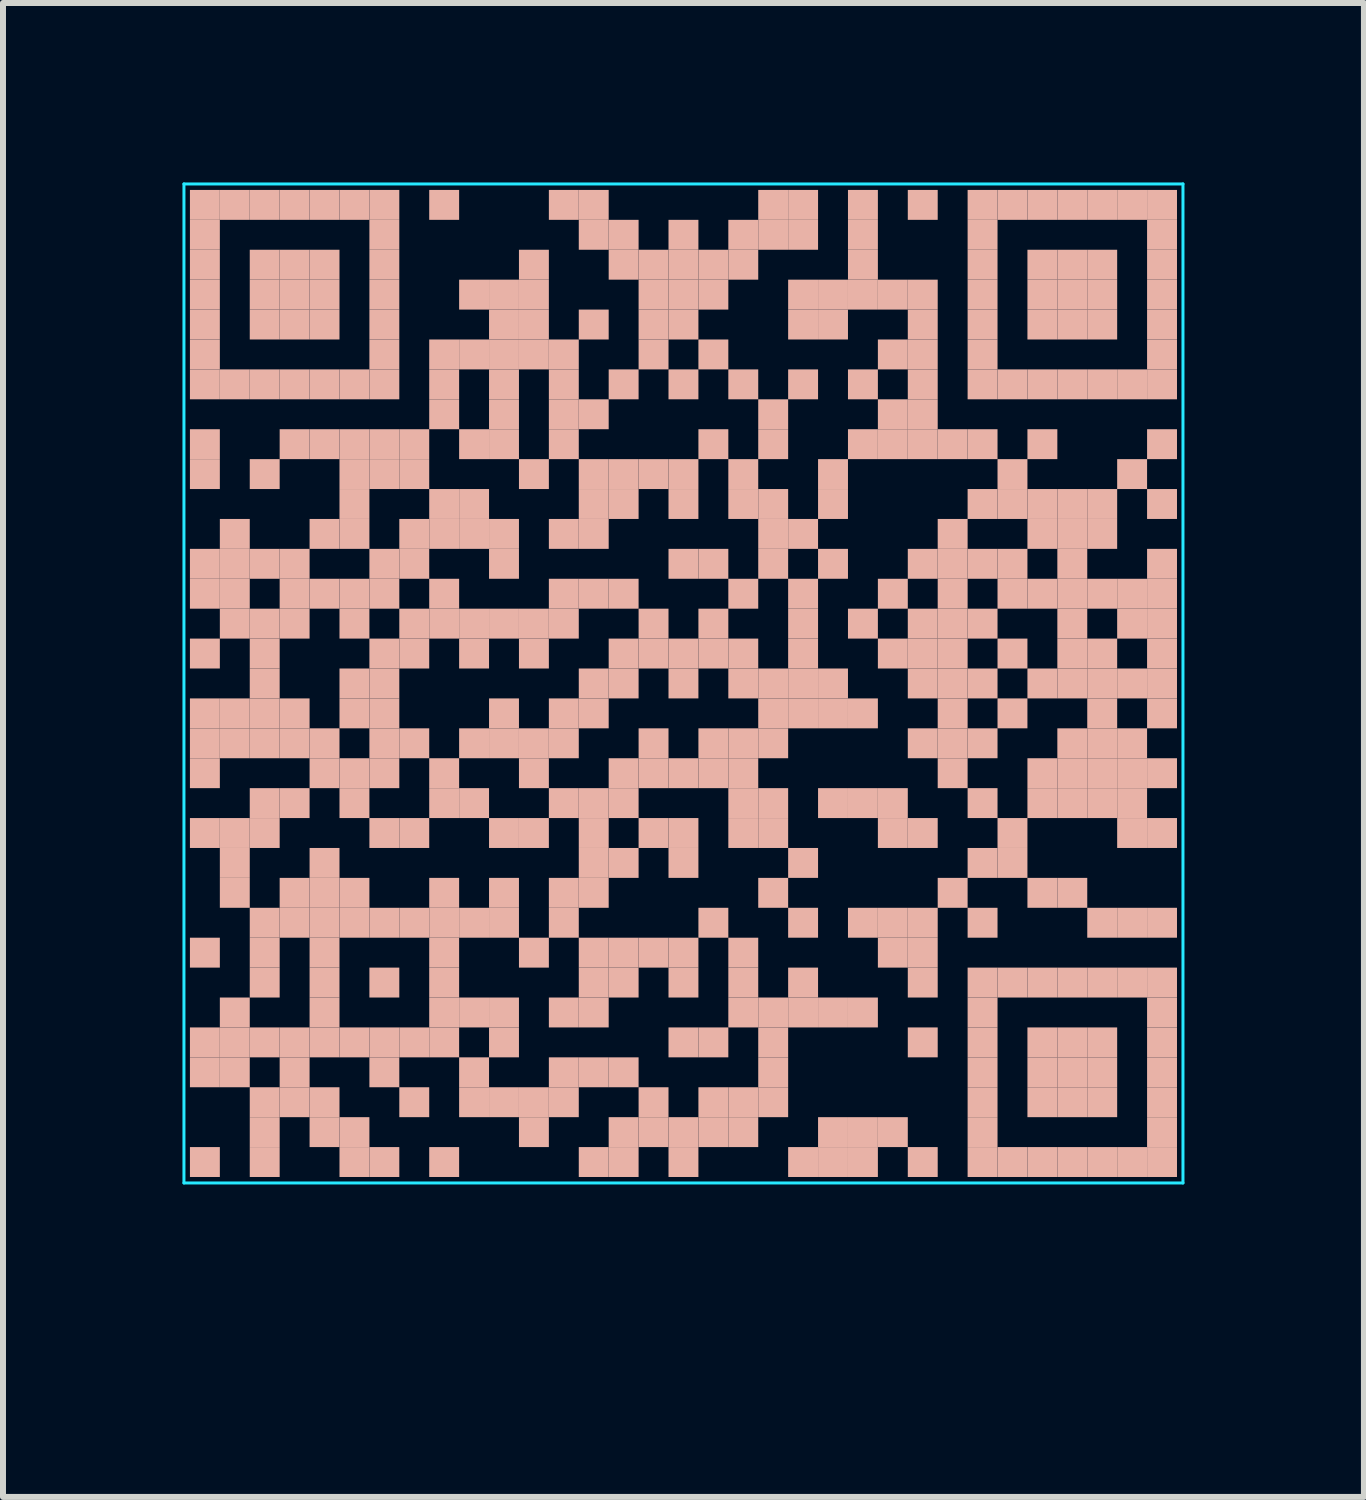
<source format=kicad_pcb>
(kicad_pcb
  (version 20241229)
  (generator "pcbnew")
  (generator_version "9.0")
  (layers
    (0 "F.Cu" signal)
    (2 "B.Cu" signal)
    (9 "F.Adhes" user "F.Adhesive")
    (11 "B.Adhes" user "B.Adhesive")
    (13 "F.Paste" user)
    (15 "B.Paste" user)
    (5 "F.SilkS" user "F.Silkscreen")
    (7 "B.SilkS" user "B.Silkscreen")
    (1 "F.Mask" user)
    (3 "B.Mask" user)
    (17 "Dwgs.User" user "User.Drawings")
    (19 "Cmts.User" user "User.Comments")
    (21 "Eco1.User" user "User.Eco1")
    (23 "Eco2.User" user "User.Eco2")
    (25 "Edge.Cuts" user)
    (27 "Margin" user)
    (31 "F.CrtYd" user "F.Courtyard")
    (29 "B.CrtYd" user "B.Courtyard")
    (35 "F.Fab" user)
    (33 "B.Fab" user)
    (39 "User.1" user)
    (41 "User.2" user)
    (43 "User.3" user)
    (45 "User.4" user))
  (footprint "NAVSTARGPS.US"
    (layer "F.Cu")
    (at 8.375 8.375)
    (property "Reference" "NAVSTARGPS.US" (at 0 9.75 0) (layer "Eco2.User") (effects (font (size 1 1) (thickness 0.15))))
    (fp_rect (start -7.75 -8.25) (end -8.25 -7.75) (stroke (width 0) (type default)) (fill yes) (layer "B.SilkS"))
    (fp_rect (start -7.75 -7.75) (end -8.25 -7.25) (stroke (width 0) (type default)) (fill yes) (layer "B.SilkS"))
    (fp_rect (start -7.75 -7.25) (end -8.25 -6.75) (stroke (width 0) (type default)) (fill yes) (layer "B.SilkS"))
    (fp_rect (start -7.75 -6.75) (end -8.25 -6.25) (stroke (width 0) (type default)) (fill yes) (layer "B.SilkS"))
    (fp_rect (start -7.75 -6.25) (end -8.25 -5.75) (stroke (width 0) (type default)) (fill yes) (layer "B.SilkS"))
    (fp_rect (start -7.75 -5.75) (end -8.25 -5.25) (stroke (width 0) (type default)) (fill yes) (layer "B.SilkS"))
    (fp_rect (start -7.75 -5.25) (end -8.25 -4.75) (stroke (width 0) (type default)) (fill yes) (layer "B.SilkS"))
    (fp_rect (start -7.75 -4.25) (end -8.25 -3.75) (stroke (width 0) (type default)) (fill yes) (layer "B.SilkS"))
    (fp_rect (start -7.75 -3.75) (end -8.25 -3.25) (stroke (width 0) (type default)) (fill yes) (layer "B.SilkS"))
    (fp_rect (start -7.75 -2.25) (end -8.25 -1.75) (stroke (width 0) (type default)) (fill yes) (layer "B.SilkS"))
    (fp_rect (start -7.75 -1.75) (end -8.25 -1.25) (stroke (width 0) (type default)) (fill yes) (layer "B.SilkS"))
    (fp_rect (start -7.75 -0.75) (end -8.25 -0.25) (stroke (width 0) (type default)) (fill yes) (layer "B.SilkS"))
    (fp_rect (start -7.75 0.25) (end -8.25 0.75) (stroke (width 0) (type default)) (fill yes) (layer "B.SilkS"))
    (fp_rect (start -7.75 0.75) (end -8.25 1.25) (stroke (width 0) (type default)) (fill yes) (layer "B.SilkS"))
    (fp_rect (start -7.75 1.25) (end -8.25 1.75) (stroke (width 0) (type default)) (fill yes) (layer "B.SilkS"))
    (fp_rect (start -7.75 2.25) (end -8.25 2.75) (stroke (width 0) (type default)) (fill yes) (layer "B.SilkS"))
    (fp_rect (start -7.75 4.25) (end -8.25 4.75) (stroke (width 0) (type default)) (fill yes) (layer "B.SilkS"))
    (fp_rect (start -7.75 5.75) (end -8.25 6.25) (stroke (width 0) (type default)) (fill yes) (layer "B.SilkS"))
    (fp_rect (start -7.75 6.25) (end -8.25 6.75) (stroke (width 0) (type default)) (fill yes) (layer "B.SilkS"))
    (fp_rect (start -7.75 7.75) (end -8.25 8.25) (stroke (width 0) (type default)) (fill yes) (layer "B.SilkS"))
    (fp_rect (start -7.25 -8.25) (end -7.75 -7.75) (stroke (width 0) (type default)) (fill yes) (layer "B.SilkS"))
    (fp_rect (start -7.25 -5.25) (end -7.75 -4.75) (stroke (width 0) (type default)) (fill yes) (layer "B.SilkS"))
    (fp_rect (start -7.25 -2.75) (end -7.75 -2.25) (stroke (width 0) (type default)) (fill yes) (layer "B.SilkS"))
    (fp_rect (start -7.25 -2.25) (end -7.75 -1.75) (stroke (width 0) (type default)) (fill yes) (layer "B.SilkS"))
    (fp_rect (start -7.25 -1.75) (end -7.75 -1.25) (stroke (width 0) (type default)) (fill yes) (layer "B.SilkS"))
    (fp_rect (start -7.25 -1.25) (end -7.75 -0.75) (stroke (width 0) (type default)) (fill yes) (layer "B.SilkS"))
    (fp_rect (start -7.25 0.25) (end -7.75 0.75) (stroke (width 0) (type default)) (fill yes) (layer "B.SilkS"))
    (fp_rect (start -7.25 0.75) (end -7.75 1.25) (stroke (width 0) (type default)) (fill yes) (layer "B.SilkS"))
    (fp_rect (start -7.25 2.25) (end -7.75 2.75) (stroke (width 0) (type default)) (fill yes) (layer "B.SilkS"))
    (fp_rect (start -7.25 2.75) (end -7.75 3.25) (stroke (width 0) (type default)) (fill yes) (layer "B.SilkS"))
    (fp_rect (start -7.25 3.25) (end -7.75 3.75) (stroke (width 0) (type default)) (fill yes) (layer "B.SilkS"))
    (fp_rect (start -7.25 5.25) (end -7.75 5.75) (stroke (width 0) (type default)) (fill yes) (layer "B.SilkS"))
    (fp_rect (start -7.25 5.75) (end -7.75 6.25) (stroke (width 0) (type default)) (fill yes) (layer "B.SilkS"))
    (fp_rect (start -7.25 6.25) (end -7.75 6.75) (stroke (width 0) (type default)) (fill yes) (layer "B.SilkS"))
    (fp_rect (start -6.75 -8.25) (end -7.25 -7.75) (stroke (width 0) (type default)) (fill yes) (layer "B.SilkS"))
    (fp_rect (start -6.75 -7.25) (end -7.25 -6.75) (stroke (width 0) (type default)) (fill yes) (layer "B.SilkS"))
    (fp_rect (start -6.75 -6.75) (end -7.25 -6.25) (stroke (width 0) (type default)) (fill yes) (layer "B.SilkS"))
    (fp_rect (start -6.75 -6.25) (end -7.25 -5.75) (stroke (width 0) (type default)) (fill yes) (layer "B.SilkS"))
    (fp_rect (start -6.75 -5.25) (end -7.25 -4.75) (stroke (width 0) (type default)) (fill yes) (layer "B.SilkS"))
    (fp_rect (start -6.75 -3.75) (end -7.25 -3.25) (stroke (width 0) (type default)) (fill yes) (layer "B.SilkS"))
    (fp_rect (start -6.75 -2.25) (end -7.25 -1.75) (stroke (width 0) (type default)) (fill yes) (layer "B.SilkS"))
    (fp_rect (start -6.75 -1.25) (end -7.25 -0.75) (stroke (width 0) (type default)) (fill yes) (layer "B.SilkS"))
    (fp_rect (start -6.75 -0.75) (end -7.25 -0.25) (stroke (width 0) (type default)) (fill yes) (layer "B.SilkS"))
    (fp_rect (start -6.75 -0.25) (end -7.25 0.25) (stroke (width 0) (type default)) (fill yes) (layer "B.SilkS"))
    (fp_rect (start -6.75 0.25) (end -7.25 0.75) (stroke (width 0) (type default)) (fill yes) (layer "B.SilkS"))
    (fp_rect (start -6.75 0.75) (end -7.25 1.25) (stroke (width 0) (type default)) (fill yes) (layer "B.SilkS"))
    (fp_rect (start -6.75 1.75) (end -7.25 2.25) (stroke (width 0) (type default)) (fill yes) (layer "B.SilkS"))
    (fp_rect (start -6.75 2.25) (end -7.25 2.75) (stroke (width 0) (type default)) (fill yes) (layer "B.SilkS"))
    (fp_rect (start -6.75 3.75) (end -7.25 4.25) (stroke (width 0) (type default)) (fill yes) (layer "B.SilkS"))
    (fp_rect (start -6.75 4.25) (end -7.25 4.75) (stroke (width 0) (type default)) (fill yes) (layer "B.SilkS"))
    (fp_rect (start -6.75 4.75) (end -7.25 5.25) (stroke (width 0) (type default)) (fill yes) (layer "B.SilkS"))
    (fp_rect (start -6.75 5.75) (end -7.25 6.25) (stroke (width 0) (type default)) (fill yes) (layer "B.SilkS"))
    (fp_rect (start -6.75 6.75) (end -7.25 7.25) (stroke (width 0) (type default)) (fill yes) (layer "B.SilkS"))
    (fp_rect (start -6.75 7.25) (end -7.25 7.75) (stroke (width 0) (type default)) (fill yes) (layer "B.SilkS"))
    (fp_rect (start -6.75 7.75) (end -7.25 8.25) (stroke (width 0) (type default)) (fill yes) (layer "B.SilkS"))
    (fp_rect (start -6.25 -8.25) (end -6.75 -7.75) (stroke (width 0) (type default)) (fill yes) (layer "B.SilkS"))
    (fp_rect (start -6.25 -7.25) (end -6.75 -6.75) (stroke (width 0) (type default)) (fill yes) (layer "B.SilkS"))
    (fp_rect (start -6.25 -6.75) (end -6.75 -6.25) (stroke (width 0) (type default)) (fill yes) (layer "B.SilkS"))
    (fp_rect (start -6.25 -6.25) (end -6.75 -5.75) (stroke (width 0) (type default)) (fill yes) (layer "B.SilkS"))
    (fp_rect (start -6.25 -5.25) (end -6.75 -4.75) (stroke (width 0) (type default)) (fill yes) (layer "B.SilkS"))
    (fp_rect (start -6.25 -4.25) (end -6.75 -3.75) (stroke (width 0) (type default)) (fill yes) (layer "B.SilkS"))
    (fp_rect (start -6.25 -2.25) (end -6.75 -1.75) (stroke (width 0) (type default)) (fill yes) (layer "B.SilkS"))
    (fp_rect (start -6.25 -1.75) (end -6.75 -1.25) (stroke (width 0) (type default)) (fill yes) (layer "B.SilkS"))
    (fp_rect (start -6.25 -1.25) (end -6.75 -0.75) (stroke (width 0) (type default)) (fill yes) (layer "B.SilkS"))
    (fp_rect (start -6.25 0.25) (end -6.75 0.75) (stroke (width 0) (type default)) (fill yes) (layer "B.SilkS"))
    (fp_rect (start -6.25 0.75) (end -6.75 1.25) (stroke (width 0) (type default)) (fill yes) (layer "B.SilkS"))
    (fp_rect (start -6.25 1.75) (end -6.75 2.25) (stroke (width 0) (type default)) (fill yes) (layer "B.SilkS"))
    (fp_rect (start -6.25 3.25) (end -6.75 3.75) (stroke (width 0) (type default)) (fill yes) (layer "B.SilkS"))
    (fp_rect (start -6.25 3.75) (end -6.75 4.25) (stroke (width 0) (type default)) (fill yes) (layer "B.SilkS"))
    (fp_rect (start -6.25 5.75) (end -6.75 6.25) (stroke (width 0) (type default)) (fill yes) (layer "B.SilkS"))
    (fp_rect (start -6.25 6.25) (end -6.75 6.75) (stroke (width 0) (type default)) (fill yes) (layer "B.SilkS"))
    (fp_rect (start -6.25 6.75) (end -6.75 7.25) (stroke (width 0) (type default)) (fill yes) (layer "B.SilkS"))
    (fp_rect (start -5.75 -8.25) (end -6.25 -7.75) (stroke (width 0) (type default)) (fill yes) (layer "B.SilkS"))
    (fp_rect (start -5.75 -7.25) (end -6.25 -6.75) (stroke (width 0) (type default)) (fill yes) (layer "B.SilkS"))
    (fp_rect (start -5.75 -6.75) (end -6.25 -6.25) (stroke (width 0) (type default)) (fill yes) (layer "B.SilkS"))
    (fp_rect (start -5.75 -6.25) (end -6.25 -5.75) (stroke (width 0) (type default)) (fill yes) (layer "B.SilkS"))
    (fp_rect (start -5.75 -5.25) (end -6.25 -4.75) (stroke (width 0) (type default)) (fill yes) (layer "B.SilkS"))
    (fp_rect (start -5.75 -4.25) (end -6.25 -3.75) (stroke (width 0) (type default)) (fill yes) (layer "B.SilkS"))
    (fp_rect (start -5.75 -2.75) (end -6.25 -2.25) (stroke (width 0) (type default)) (fill yes) (layer "B.SilkS"))
    (fp_rect (start -5.75 -1.75) (end -6.25 -1.25) (stroke (width 0) (type default)) (fill yes) (layer "B.SilkS"))
    (fp_rect (start -5.75 0.75) (end -6.25 1.25) (stroke (width 0) (type default)) (fill yes) (layer "B.SilkS"))
    (fp_rect (start -5.75 1.25) (end -6.25 1.75) (stroke (width 0) (type default)) (fill yes) (layer "B.SilkS"))
    (fp_rect (start -5.75 2.75) (end -6.25 3.25) (stroke (width 0) (type default)) (fill yes) (layer "B.SilkS"))
    (fp_rect (start -5.75 3.25) (end -6.25 3.75) (stroke (width 0) (type default)) (fill yes) (layer "B.SilkS"))
    (fp_rect (start -5.75 3.75) (end -6.25 4.25) (stroke (width 0) (type default)) (fill yes) (layer "B.SilkS"))
    (fp_rect (start -5.75 4.25) (end -6.25 4.75) (stroke (width 0) (type default)) (fill yes) (layer "B.SilkS"))
    (fp_rect (start -5.75 4.75) (end -6.25 5.25) (stroke (width 0) (type default)) (fill yes) (layer "B.SilkS"))
    (fp_rect (start -5.75 5.25) (end -6.25 5.75) (stroke (width 0) (type default)) (fill yes) (layer "B.SilkS"))
    (fp_rect (start -5.75 5.75) (end -6.25 6.25) (stroke (width 0) (type default)) (fill yes) (layer "B.SilkS"))
    (fp_rect (start -5.75 6.75) (end -6.25 7.25) (stroke (width 0) (type default)) (fill yes) (layer "B.SilkS"))
    (fp_rect (start -5.75 7.25) (end -6.25 7.75) (stroke (width 0) (type default)) (fill yes) (layer "B.SilkS"))
    (fp_rect (start -5.25 -8.25) (end -5.75 -7.75) (stroke (width 0) (type default)) (fill yes) (layer "B.SilkS"))
    (fp_rect (start -5.25 -5.25) (end -5.75 -4.75) (stroke (width 0) (type default)) (fill yes) (layer "B.SilkS"))
    (fp_rect (start -5.25 -4.25) (end -5.75 -3.75) (stroke (width 0) (type default)) (fill yes) (layer "B.SilkS"))
    (fp_rect (start -5.25 -3.75) (end -5.75 -3.25) (stroke (width 0) (type default)) (fill yes) (layer "B.SilkS"))
    (fp_rect (start -5.25 -3.25) (end -5.75 -2.75) (stroke (width 0) (type default)) (fill yes) (layer "B.SilkS"))
    (fp_rect (start -5.25 -2.75) (end -5.75 -2.25) (stroke (width 0) (type default)) (fill yes) (layer "B.SilkS"))
    (fp_rect (start -5.25 -1.75) (end -5.75 -1.25) (stroke (width 0) (type default)) (fill yes) (layer "B.SilkS"))
    (fp_rect (start -5.25 -1.25) (end -5.75 -0.75) (stroke (width 0) (type default)) (fill yes) (layer "B.SilkS"))
    (fp_rect (start -5.25 -0.25) (end -5.75 0.25) (stroke (width 0) (type default)) (fill yes) (layer "B.SilkS"))
    (fp_rect (start -5.25 0.25) (end -5.75 0.75) (stroke (width 0) (type default)) (fill yes) (layer "B.SilkS"))
    (fp_rect (start -5.25 1.25) (end -5.75 1.75) (stroke (width 0) (type default)) (fill yes) (layer "B.SilkS"))
    (fp_rect (start -5.25 1.75) (end -5.75 2.25) (stroke (width 0) (type default)) (fill yes) (layer "B.SilkS"))
    (fp_rect (start -5.25 3.25) (end -5.75 3.75) (stroke (width 0) (type default)) (fill yes) (layer "B.SilkS"))
    (fp_rect (start -5.25 3.75) (end -5.75 4.25) (stroke (width 0) (type default)) (fill yes) (layer "B.SilkS"))
    (fp_rect (start -5.25 5.75) (end -5.75 6.25) (stroke (width 0) (type default)) (fill yes) (layer "B.SilkS"))
    (fp_rect (start -5.25 7.25) (end -5.75 7.75) (stroke (width 0) (type default)) (fill yes) (layer "B.SilkS"))
    (fp_rect (start -5.25 7.75) (end -5.75 8.25) (stroke (width 0) (type default)) (fill yes) (layer "B.SilkS"))
    (fp_rect (start -4.75 -8.25) (end -5.25 -7.75) (stroke (width 0) (type default)) (fill yes) (layer "B.SilkS"))
    (fp_rect (start -4.75 -7.75) (end -5.25 -7.25) (stroke (width 0) (type default)) (fill yes) (layer "B.SilkS"))
    (fp_rect (start -4.75 -7.25) (end -5.25 -6.75) (stroke (width 0) (type default)) (fill yes) (layer "B.SilkS"))
    (fp_rect (start -4.75 -6.75) (end -5.25 -6.25) (stroke (width 0) (type default)) (fill yes) (layer "B.SilkS"))
    (fp_rect (start -4.75 -6.25) (end -5.25 -5.75) (stroke (width 0) (type default)) (fill yes) (layer "B.SilkS"))
    (fp_rect (start -4.75 -5.75) (end -5.25 -5.25) (stroke (width 0) (type default)) (fill yes) (layer "B.SilkS"))
    (fp_rect (start -4.75 -5.25) (end -5.25 -4.75) (stroke (width 0) (type default)) (fill yes) (layer "B.SilkS"))
    (fp_rect (start -4.75 -4.25) (end -5.25 -3.75) (stroke (width 0) (type default)) (fill yes) (layer "B.SilkS"))
    (fp_rect (start -4.75 -3.75) (end -5.25 -3.25) (stroke (width 0) (type default)) (fill yes) (layer "B.SilkS"))
    (fp_rect (start -4.75 -2.25) (end -5.25 -1.75) (stroke (width 0) (type default)) (fill yes) (layer "B.SilkS"))
    (fp_rect (start -4.75 -1.75) (end -5.25 -1.25) (stroke (width 0) (type default)) (fill yes) (layer "B.SilkS"))
    (fp_rect (start -4.75 -0.75) (end -5.25 -0.25) (stroke (width 0) (type default)) (fill yes) (layer "B.SilkS"))
    (fp_rect (start -4.75 -0.25) (end -5.25 0.25) (stroke (width 0) (type default)) (fill yes) (layer "B.SilkS"))
    (fp_rect (start -4.75 0.25) (end -5.25 0.75) (stroke (width 0) (type default)) (fill yes) (layer "B.SilkS"))
    (fp_rect (start -4.75 0.75) (end -5.25 1.25) (stroke (width 0) (type default)) (fill yes) (layer "B.SilkS"))
    (fp_rect (start -4.75 1.25) (end -5.25 1.75) (stroke (width 0) (type default)) (fill yes) (layer "B.SilkS"))
    (fp_rect (start -4.75 2.25) (end -5.25 2.75) (stroke (width 0) (type default)) (fill yes) (layer "B.SilkS"))
    (fp_rect (start -4.75 3.75) (end -5.25 4.25) (stroke (width 0) (type default)) (fill yes) (layer "B.SilkS"))
    (fp_rect (start -4.75 4.75) (end -5.25 5.25) (stroke (width 0) (type default)) (fill yes) (layer "B.SilkS"))
    (fp_rect (start -4.75 5.75) (end -5.25 6.25) (stroke (width 0) (type default)) (fill yes) (layer "B.SilkS"))
    (fp_rect (start -4.75 6.25) (end -5.25 6.75) (stroke (width 0) (type default)) (fill yes) (layer "B.SilkS"))
    (fp_rect (start -4.75 7.75) (end -5.25 8.25) (stroke (width 0) (type default)) (fill yes) (layer "B.SilkS"))
    (fp_rect (start -4.25 -4.25) (end -4.75 -3.75) (stroke (width 0) (type default)) (fill yes) (layer "B.SilkS"))
    (fp_rect (start -4.25 -3.75) (end -4.75 -3.25) (stroke (width 0) (type default)) (fill yes) (layer "B.SilkS"))
    (fp_rect (start -4.25 -2.75) (end -4.75 -2.25) (stroke (width 0) (type default)) (fill yes) (layer "B.SilkS"))
    (fp_rect (start -4.25 -2.25) (end -4.75 -1.75) (stroke (width 0) (type default)) (fill yes) (layer "B.SilkS"))
    (fp_rect (start -4.25 -1.25) (end -4.75 -0.75) (stroke (width 0) (type default)) (fill yes) (layer "B.SilkS"))
    (fp_rect (start -4.25 -0.75) (end -4.75 -0.25) (stroke (width 0) (type default)) (fill yes) (layer "B.SilkS"))
    (fp_rect (start -4.25 0.75) (end -4.75 1.25) (stroke (width 0) (type default)) (fill yes) (layer "B.SilkS"))
    (fp_rect (start -4.25 2.25) (end -4.75 2.75) (stroke (width 0) (type default)) (fill yes) (layer "B.SilkS"))
    (fp_rect (start -4.25 3.75) (end -4.75 4.25) (stroke (width 0) (type default)) (fill yes) (layer "B.SilkS"))
    (fp_rect (start -4.25 5.75) (end -4.75 6.25) (stroke (width 0) (type default)) (fill yes) (layer "B.SilkS"))
    (fp_rect (start -4.25 6.75) (end -4.75 7.25) (stroke (width 0) (type default)) (fill yes) (layer "B.SilkS"))
    (fp_rect (start -3.75 -8.25) (end -4.25 -7.75) (stroke (width 0) (type default)) (fill yes) (layer "B.SilkS"))
    (fp_rect (start -3.75 -5.75) (end -4.25 -5.25) (stroke (width 0) (type default)) (fill yes) (layer "B.SilkS"))
    (fp_rect (start -3.75 -5.25) (end -4.25 -4.75) (stroke (width 0) (type default)) (fill yes) (layer "B.SilkS"))
    (fp_rect (start -3.75 -4.75) (end -4.25 -4.25) (stroke (width 0) (type default)) (fill yes) (layer "B.SilkS"))
    (fp_rect (start -3.75 -3.25) (end -4.25 -2.75) (stroke (width 0) (type default)) (fill yes) (layer "B.SilkS"))
    (fp_rect (start -3.75 -2.75) (end -4.25 -2.25) (stroke (width 0) (type default)) (fill yes) (layer "B.SilkS"))
    (fp_rect (start -3.75 -1.75) (end -4.25 -1.25) (stroke (width 0) (type default)) (fill yes) (layer "B.SilkS"))
    (fp_rect (start -3.75 -1.25) (end -4.25 -0.75) (stroke (width 0) (type default)) (fill yes) (layer "B.SilkS"))
    (fp_rect (start -3.75 1.25) (end -4.25 1.75) (stroke (width 0) (type default)) (fill yes) (layer "B.SilkS"))
    (fp_rect (start -3.75 1.75) (end -4.25 2.25) (stroke (width 0) (type default)) (fill yes) (layer "B.SilkS"))
    (fp_rect (start -3.75 3.25) (end -4.25 3.75) (stroke (width 0) (type default)) (fill yes) (layer "B.SilkS"))
    (fp_rect (start -3.75 3.75) (end -4.25 4.25) (stroke (width 0) (type default)) (fill yes) (layer "B.SilkS"))
    (fp_rect (start -3.75 4.25) (end -4.25 4.75) (stroke (width 0) (type default)) (fill yes) (layer "B.SilkS"))
    (fp_rect (start -3.75 4.75) (end -4.25 5.25) (stroke (width 0) (type default)) (fill yes) (layer "B.SilkS"))
    (fp_rect (start -3.75 5.25) (end -4.25 5.75) (stroke (width 0) (type default)) (fill yes) (layer "B.SilkS"))
    (fp_rect (start -3.75 5.75) (end -4.25 6.25) (stroke (width 0) (type default)) (fill yes) (layer "B.SilkS"))
    (fp_rect (start -3.75 7.75) (end -4.25 8.25) (stroke (width 0) (type default)) (fill yes) (layer "B.SilkS"))
    (fp_rect (start -3.25 -6.75) (end -3.75 -6.25) (stroke (width 0) (type default)) (fill yes) (layer "B.SilkS"))
    (fp_rect (start -3.25 -5.75) (end -3.75 -5.25) (stroke (width 0) (type default)) (fill yes) (layer "B.SilkS"))
    (fp_rect (start -3.25 -4.25) (end -3.75 -3.75) (stroke (width 0) (type default)) (fill yes) (layer "B.SilkS"))
    (fp_rect (start -3.25 -3.25) (end -3.75 -2.75) (stroke (width 0) (type default)) (fill yes) (layer "B.SilkS"))
    (fp_rect (start -3.25 -2.75) (end -3.75 -2.25) (stroke (width 0) (type default)) (fill yes) (layer "B.SilkS"))
    (fp_rect (start -3.25 -1.25) (end -3.75 -0.75) (stroke (width 0) (type default)) (fill yes) (layer "B.SilkS"))
    (fp_rect (start -3.25 -0.75) (end -3.75 -0.25) (stroke (width 0) (type default)) (fill yes) (layer "B.SilkS"))
    (fp_rect (start -3.25 0.75) (end -3.75 1.25) (stroke (width 0) (type default)) (fill yes) (layer "B.SilkS"))
    (fp_rect (start -3.25 1.75) (end -3.75 2.25) (stroke (width 0) (type default)) (fill yes) (layer "B.SilkS"))
    (fp_rect (start -3.25 3.75) (end -3.75 4.25) (stroke (width 0) (type default)) (fill yes) (layer "B.SilkS"))
    (fp_rect (start -3.25 5.25) (end -3.75 5.75) (stroke (width 0) (type default)) (fill yes) (layer "B.SilkS"))
    (fp_rect (start -3.25 6.25) (end -3.75 6.75) (stroke (width 0) (type default)) (fill yes) (layer "B.SilkS"))
    (fp_rect (start -3.25 6.75) (end -3.75 7.25) (stroke (width 0) (type default)) (fill yes) (layer "B.SilkS"))
    (fp_rect (start -2.75 -6.75) (end -3.25 -6.25) (stroke (width 0) (type default)) (fill yes) (layer "B.SilkS"))
    (fp_rect (start -2.75 -6.25) (end -3.25 -5.75) (stroke (width 0) (type default)) (fill yes) (layer "B.SilkS"))
    (fp_rect (start -2.75 -5.75) (end -3.25 -5.25) (stroke (width 0) (type default)) (fill yes) (layer "B.SilkS"))
    (fp_rect (start -2.75 -5.25) (end -3.25 -4.75) (stroke (width 0) (type default)) (fill yes) (layer "B.SilkS"))
    (fp_rect (start -2.75 -4.75) (end -3.25 -4.25) (stroke (width 0) (type default)) (fill yes) (layer "B.SilkS"))
    (fp_rect (start -2.75 -4.25) (end -3.25 -3.75) (stroke (width 0) (type default)) (fill yes) (layer "B.SilkS"))
    (fp_rect (start -2.75 -2.75) (end -3.25 -2.25) (stroke (width 0) (type default)) (fill yes) (layer "B.SilkS"))
    (fp_rect (start -2.75 -2.25) (end -3.25 -1.75) (stroke (width 0) (type default)) (fill yes) (layer "B.SilkS"))
    (fp_rect (start -2.75 -1.25) (end -3.25 -0.75) (stroke (width 0) (type default)) (fill yes) (layer "B.SilkS"))
    (fp_rect (start -2.75 0.25) (end -3.25 0.75) (stroke (width 0) (type default)) (fill yes) (layer "B.SilkS"))
    (fp_rect (start -2.75 0.75) (end -3.25 1.25) (stroke (width 0) (type default)) (fill yes) (layer "B.SilkS"))
    (fp_rect (start -2.75 2.25) (end -3.25 2.75) (stroke (width 0) (type default)) (fill yes) (layer "B.SilkS"))
    (fp_rect (start -2.75 3.25) (end -3.25 3.75) (stroke (width 0) (type default)) (fill yes) (layer "B.SilkS"))
    (fp_rect (start -2.75 3.75) (end -3.25 4.25) (stroke (width 0) (type default)) (fill yes) (layer "B.SilkS"))
    (fp_rect (start -2.75 5.25) (end -3.25 5.75) (stroke (width 0) (type default)) (fill yes) (layer "B.SilkS"))
    (fp_rect (start -2.75 5.75) (end -3.25 6.25) (stroke (width 0) (type default)) (fill yes) (layer "B.SilkS"))
    (fp_rect (start -2.75 6.75) (end -3.25 7.25) (stroke (width 0) (type default)) (fill yes) (layer "B.SilkS"))
    (fp_rect (start -2.25 -7.25) (end -2.75 -6.75) (stroke (width 0) (type default)) (fill yes) (layer "B.SilkS"))
    (fp_rect (start -2.25 -6.75) (end -2.75 -6.25) (stroke (width 0) (type default)) (fill yes) (layer "B.SilkS"))
    (fp_rect (start -2.25 -6.25) (end -2.75 -5.75) (stroke (width 0) (type default)) (fill yes) (layer "B.SilkS"))
    (fp_rect (start -2.25 -5.75) (end -2.75 -5.25) (stroke (width 0) (type default)) (fill yes) (layer "B.SilkS"))
    (fp_rect (start -2.25 -3.75) (end -2.75 -3.25) (stroke (width 0) (type default)) (fill yes) (layer "B.SilkS"))
    (fp_rect (start -2.25 -1.25) (end -2.75 -0.75) (stroke (width 0) (type default)) (fill yes) (layer "B.SilkS"))
    (fp_rect (start -2.25 -0.75) (end -2.75 -0.25) (stroke (width 0) (type default)) (fill yes) (layer "B.SilkS"))
    (fp_rect (start -2.25 0.75) (end -2.75 1.25) (stroke (width 0) (type default)) (fill yes) (layer "B.SilkS"))
    (fp_rect (start -2.25 1.25) (end -2.75 1.75) (stroke (width 0) (type default)) (fill yes) (layer "B.SilkS"))
    (fp_rect (start -2.25 2.25) (end -2.75 2.75) (stroke (width 0) (type default)) (fill yes) (layer "B.SilkS"))
    (fp_rect (start -2.25 4.25) (end -2.75 4.75) (stroke (width 0) (type default)) (fill yes) (layer "B.SilkS"))
    (fp_rect (start -2.25 6.75) (end -2.75 7.25) (stroke (width 0) (type default)) (fill yes) (layer "B.SilkS"))
    (fp_rect (start -2.25 7.25) (end -2.75 7.75) (stroke (width 0) (type default)) (fill yes) (layer "B.SilkS"))
    (fp_rect (start -1.75 -8.25) (end -2.25 -7.75) (stroke (width 0) (type default)) (fill yes) (layer "B.SilkS"))
    (fp_rect (start -1.75 -5.75) (end -2.25 -5.25) (stroke (width 0) (type default)) (fill yes) (layer "B.SilkS"))
    (fp_rect (start -1.75 -5.25) (end -2.25 -4.75) (stroke (width 0) (type default)) (fill yes) (layer "B.SilkS"))
    (fp_rect (start -1.75 -4.75) (end -2.25 -4.25) (stroke (width 0) (type default)) (fill yes) (layer "B.SilkS"))
    (fp_rect (start -1.75 -4.25) (end -2.25 -3.75) (stroke (width 0) (type default)) (fill yes) (layer "B.SilkS"))
    (fp_rect (start -1.75 -2.75) (end -2.25 -2.25) (stroke (width 0) (type default)) (fill yes) (layer "B.SilkS"))
    (fp_rect (start -1.75 -1.75) (end -2.25 -1.25) (stroke (width 0) (type default)) (fill yes) (layer "B.SilkS"))
    (fp_rect (start -1.75 -1.25) (end -2.25 -0.75) (stroke (width 0) (type default)) (fill yes) (layer "B.SilkS"))
    (fp_rect (start -1.75 0.25) (end -2.25 0.75) (stroke (width 0) (type default)) (fill yes) (layer "B.SilkS"))
    (fp_rect (start -1.75 0.75) (end -2.25 1.25) (stroke (width 0) (type default)) (fill yes) (layer "B.SilkS"))
    (fp_rect (start -1.75 1.75) (end -2.25 2.25) (stroke (width 0) (type default)) (fill yes) (layer "B.SilkS"))
    (fp_rect (start -1.75 3.25) (end -2.25 3.75) (stroke (width 0) (type default)) (fill yes) (layer "B.SilkS"))
    (fp_rect (start -1.75 3.75) (end -2.25 4.25) (stroke (width 0) (type default)) (fill yes) (layer "B.SilkS"))
    (fp_rect (start -1.75 5.25) (end -2.25 5.75) (stroke (width 0) (type default)) (fill yes) (layer "B.SilkS"))
    (fp_rect (start -1.75 6.25) (end -2.25 6.75) (stroke (width 0) (type default)) (fill yes) (layer "B.SilkS"))
    (fp_rect (start -1.75 6.75) (end -2.25 7.25) (stroke (width 0) (type default)) (fill yes) (layer "B.SilkS"))
    (fp_rect (start -1.25 -8.25) (end -1.75 -7.75) (stroke (width 0) (type default)) (fill yes) (layer "B.SilkS"))
    (fp_rect (start -1.25 -7.75) (end -1.75 -7.25) (stroke (width 0) (type default)) (fill yes) (layer "B.SilkS"))
    (fp_rect (start -1.25 -6.25) (end -1.75 -5.75) (stroke (width 0) (type default)) (fill yes) (layer "B.SilkS"))
    (fp_rect (start -1.25 -4.75) (end -1.75 -4.25) (stroke (width 0) (type default)) (fill yes) (layer "B.SilkS"))
    (fp_rect (start -1.25 -3.75) (end -1.75 -3.25) (stroke (width 0) (type default)) (fill yes) (layer "B.SilkS"))
    (fp_rect (start -1.25 -3.25) (end -1.75 -2.75) (stroke (width 0) (type default)) (fill yes) (layer "B.SilkS"))
    (fp_rect (start -1.25 -2.75) (end -1.75 -2.25) (stroke (width 0) (type default)) (fill yes) (layer "B.SilkS"))
    (fp_rect (start -1.25 -1.75) (end -1.75 -1.25) (stroke (width 0) (type default)) (fill yes) (layer "B.SilkS"))
    (fp_rect (start -1.25 -0.25) (end -1.75 0.25) (stroke (width 0) (type default)) (fill yes) (layer "B.SilkS"))
    (fp_rect (start -1.25 0.25) (end -1.75 0.75) (stroke (width 0) (type default)) (fill yes) (layer "B.SilkS"))
    (fp_rect (start -1.25 1.75) (end -1.75 2.25) (stroke (width 0) (type default)) (fill yes) (layer "B.SilkS"))
    (fp_rect (start -1.25 2.25) (end -1.75 2.75) (stroke (width 0) (type default)) (fill yes) (layer "B.SilkS"))
    (fp_rect (start -1.25 2.75) (end -1.75 3.25) (stroke (width 0) (type default)) (fill yes) (layer "B.SilkS"))
    (fp_rect (start -1.25 3.25) (end -1.75 3.75) (stroke (width 0) (type default)) (fill yes) (layer "B.SilkS"))
    (fp_rect (start -1.25 4.25) (end -1.75 4.75) (stroke (width 0) (type default)) (fill yes) (layer "B.SilkS"))
    (fp_rect (start -1.25 4.75) (end -1.75 5.25) (stroke (width 0) (type default)) (fill yes) (layer "B.SilkS"))
    (fp_rect (start -1.25 5.25) (end -1.75 5.75) (stroke (width 0) (type default)) (fill yes) (layer "B.SilkS"))
    (fp_rect (start -1.25 6.25) (end -1.75 6.75) (stroke (width 0) (type default)) (fill yes) (layer "B.SilkS"))
    (fp_rect (start -1.25 7.75) (end -1.75 8.25) (stroke (width 0) (type default)) (fill yes) (layer "B.SilkS"))
    (fp_rect (start -0.75 -7.75) (end -1.25 -7.25) (stroke (width 0) (type default)) (fill yes) (layer "B.SilkS"))
    (fp_rect (start -0.75 -7.25) (end -1.25 -6.75) (stroke (width 0) (type default)) (fill yes) (layer "B.SilkS"))
    (fp_rect (start -0.75 -5.25) (end -1.25 -4.75) (stroke (width 0) (type default)) (fill yes) (layer "B.SilkS"))
    (fp_rect (start -0.75 -3.75) (end -1.25 -3.25) (stroke (width 0) (type default)) (fill yes) (layer "B.SilkS"))
    (fp_rect (start -0.75 -3.25) (end -1.25 -2.75) (stroke (width 0) (type default)) (fill yes) (layer "B.SilkS"))
    (fp_rect (start -0.75 -1.75) (end -1.25 -1.25) (stroke (width 0) (type default)) (fill yes) (layer "B.SilkS"))
    (fp_rect (start -0.75 -0.75) (end -1.25 -0.25) (stroke (width 0) (type default)) (fill yes) (layer "B.SilkS"))
    (fp_rect (start -0.75 -0.25) (end -1.25 0.25) (stroke (width 0) (type default)) (fill yes) (layer "B.SilkS"))
    (fp_rect (start -0.75 1.25) (end -1.25 1.75) (stroke (width 0) (type default)) (fill yes) (layer "B.SilkS"))
    (fp_rect (start -0.75 1.75) (end -1.25 2.25) (stroke (width 0) (type default)) (fill yes) (layer "B.SilkS"))
    (fp_rect (start -0.75 2.75) (end -1.25 3.25) (stroke (width 0) (type default)) (fill yes) (layer "B.SilkS"))
    (fp_rect (start -0.75 4.25) (end -1.25 4.75) (stroke (width 0) (type default)) (fill yes) (layer "B.SilkS"))
    (fp_rect (start -0.75 4.75) (end -1.25 5.25) (stroke (width 0) (type default)) (fill yes) (layer "B.SilkS"))
    (fp_rect (start -0.75 6.25) (end -1.25 6.75) (stroke (width 0) (type default)) (fill yes) (layer "B.SilkS"))
    (fp_rect (start -0.75 7.25) (end -1.25 7.75) (stroke (width 0) (type default)) (fill yes) (layer "B.SilkS"))
    (fp_rect (start -0.75 7.75) (end -1.25 8.25) (stroke (width 0) (type default)) (fill yes) (layer "B.SilkS"))
    (fp_rect (start -0.25 -7.25) (end -0.75 -6.75) (stroke (width 0) (type default)) (fill yes) (layer "B.SilkS"))
    (fp_rect (start -0.25 -6.75) (end -0.75 -6.25) (stroke (width 0) (type default)) (fill yes) (layer "B.SilkS"))
    (fp_rect (start -0.25 -6.25) (end -0.75 -5.75) (stroke (width 0) (type default)) (fill yes) (layer "B.SilkS"))
    (fp_rect (start -0.25 -5.75) (end -0.75 -5.25) (stroke (width 0) (type default)) (fill yes) (layer "B.SilkS"))
    (fp_rect (start -0.25 -3.75) (end -0.75 -3.25) (stroke (width 0) (type default)) (fill yes) (layer "B.SilkS"))
    (fp_rect (start -0.25 -1.25) (end -0.75 -0.75) (stroke (width 0) (type default)) (fill yes) (layer "B.SilkS"))
    (fp_rect (start -0.25 -0.75) (end -0.75 -0.25) (stroke (width 0) (type default)) (fill yes) (layer "B.SilkS"))
    (fp_rect (start -0.25 0.75) (end -0.75 1.25) (stroke (width 0) (type default)) (fill yes) (layer "B.SilkS"))
    (fp_rect (start -0.25 1.25) (end -0.75 1.75) (stroke (width 0) (type default)) (fill yes) (layer "B.SilkS"))
    (fp_rect (start -0.25 2.25) (end -0.75 2.75) (stroke (width 0) (type default)) (fill yes) (layer "B.SilkS"))
    (fp_rect (start -0.25 4.25) (end -0.75 4.75) (stroke (width 0) (type default)) (fill yes) (layer "B.SilkS"))
    (fp_rect (start -0.25 6.75) (end -0.75 7.25) (stroke (width 0) (type default)) (fill yes) (layer "B.SilkS"))
    (fp_rect (start -0.25 7.25) (end -0.75 7.75) (stroke (width 0) (type default)) (fill yes) (layer "B.SilkS"))
    (fp_rect (start 0.25 -7.75) (end -0.25 -7.25) (stroke (width 0) (type default)) (fill yes) (layer "B.SilkS"))
    (fp_rect (start 0.25 -7.25) (end -0.25 -6.75) (stroke (width 0) (type default)) (fill yes) (layer "B.SilkS"))
    (fp_rect (start 0.25 -6.75) (end -0.25 -6.25) (stroke (width 0) (type default)) (fill yes) (layer "B.SilkS"))
    (fp_rect (start 0.25 -6.25) (end -0.25 -5.75) (stroke (width 0) (type default)) (fill yes) (layer "B.SilkS"))
    (fp_rect (start 0.25 -5.25) (end -0.25 -4.75) (stroke (width 0) (type default)) (fill yes) (layer "B.SilkS"))
    (fp_rect (start 0.25 -3.75) (end -0.25 -3.25) (stroke (width 0) (type default)) (fill yes) (layer "B.SilkS"))
    (fp_rect (start 0.25 -3.25) (end -0.25 -2.75) (stroke (width 0) (type default)) (fill yes) (layer "B.SilkS"))
    (fp_rect (start 0.25 -2.25) (end -0.25 -1.75) (stroke (width 0) (type default)) (fill yes) (layer "B.SilkS"))
    (fp_rect (start 0.25 -0.75) (end -0.25 -0.25) (stroke (width 0) (type default)) (fill yes) (layer "B.SilkS"))
    (fp_rect (start 0.25 -0.25) (end -0.25 0.25) (stroke (width 0) (type default)) (fill yes) (layer "B.SilkS"))
    (fp_rect (start 0.25 1.25) (end -0.25 1.75) (stroke (width 0) (type default)) (fill yes) (layer "B.SilkS"))
    (fp_rect (start 0.25 2.25) (end -0.25 2.75) (stroke (width 0) (type default)) (fill yes) (layer "B.SilkS"))
    (fp_rect (start 0.25 2.75) (end -0.25 3.25) (stroke (width 0) (type default)) (fill yes) (layer "B.SilkS"))
    (fp_rect (start 0.25 4.25) (end -0.25 4.75) (stroke (width 0) (type default)) (fill yes) (layer "B.SilkS"))
    (fp_rect (start 0.25 4.75) (end -0.25 5.25) (stroke (width 0) (type default)) (fill yes) (layer "B.SilkS"))
    (fp_rect (start 0.25 5.75) (end -0.25 6.25) (stroke (width 0) (type default)) (fill yes) (layer "B.SilkS"))
    (fp_rect (start 0.25 7.25) (end -0.25 7.75) (stroke (width 0) (type default)) (fill yes) (layer "B.SilkS"))
    (fp_rect (start 0.25 7.75) (end -0.25 8.25) (stroke (width 0) (type default)) (fill yes) (layer "B.SilkS"))
    (fp_rect (start 0.75 -7.25) (end 0.25 -6.75) (stroke (width 0) (type default)) (fill yes) (layer "B.SilkS"))
    (fp_rect (start 0.75 -6.75) (end 0.25 -6.25) (stroke (width 0) (type default)) (fill yes) (layer "B.SilkS"))
    (fp_rect (start 0.75 -5.75) (end 0.25 -5.25) (stroke (width 0) (type default)) (fill yes) (layer "B.SilkS"))
    (fp_rect (start 0.75 -4.25) (end 0.25 -3.75) (stroke (width 0) (type default)) (fill yes) (layer "B.SilkS"))
    (fp_rect (start 0.75 -2.25) (end 0.25 -1.75) (stroke (width 0) (type default)) (fill yes) (layer "B.SilkS"))
    (fp_rect (start 0.75 -1.25) (end 0.25 -0.75) (stroke (width 0) (type default)) (fill yes) (layer "B.SilkS"))
    (fp_rect (start 0.75 -0.75) (end 0.25 -0.25) (stroke (width 0) (type default)) (fill yes) (layer "B.SilkS"))
    (fp_rect (start 0.75 0.75) (end 0.25 1.25) (stroke (width 0) (type default)) (fill yes) (layer "B.SilkS"))
    (fp_rect (start 0.75 1.25) (end 0.25 1.75) (stroke (width 0) (type default)) (fill yes) (layer "B.SilkS"))
    (fp_rect (start 0.75 3.75) (end 0.25 4.25) (stroke (width 0) (type default)) (fill yes) (layer "B.SilkS"))
    (fp_rect (start 0.75 5.75) (end 0.25 6.25) (stroke (width 0) (type default)) (fill yes) (layer "B.SilkS"))
    (fp_rect (start 0.75 6.75) (end 0.25 7.25) (stroke (width 0) (type default)) (fill yes) (layer "B.SilkS"))
    (fp_rect (start 0.75 7.25) (end 0.25 7.75) (stroke (width 0) (type default)) (fill yes) (layer "B.SilkS"))
    (fp_rect (start 1.25 -7.75) (end 0.75 -7.25) (stroke (width 0) (type default)) (fill yes) (layer "B.SilkS"))
    (fp_rect (start 1.25 -7.25) (end 0.75 -6.75) (stroke (width 0) (type default)) (fill yes) (layer "B.SilkS"))
    (fp_rect (start 1.25 -5.25) (end 0.75 -4.75) (stroke (width 0) (type default)) (fill yes) (layer "B.SilkS"))
    (fp_rect (start 1.25 -3.75) (end 0.75 -3.25) (stroke (width 0) (type default)) (fill yes) (layer "B.SilkS"))
    (fp_rect (start 1.25 -3.25) (end 0.75 -2.75) (stroke (width 0) (type default)) (fill yes) (layer "B.SilkS"))
    (fp_rect (start 1.25 -1.75) (end 0.75 -1.25) (stroke (width 0) (type default)) (fill yes) (layer "B.SilkS"))
    (fp_rect (start 1.25 -0.75) (end 0.75 -0.25) (stroke (width 0) (type default)) (fill yes) (layer "B.SilkS"))
    (fp_rect (start 1.25 -0.25) (end 0.75 0.25) (stroke (width 0) (type default)) (fill yes) (layer "B.SilkS"))
    (fp_rect (start 1.25 0.75) (end 0.75 1.25) (stroke (width 0) (type default)) (fill yes) (layer "B.SilkS"))
    (fp_rect (start 1.25 1.25) (end 0.75 1.75) (stroke (width 0) (type default)) (fill yes) (layer "B.SilkS"))
    (fp_rect (start 1.25 1.75) (end 0.75 2.25) (stroke (width 0) (type default)) (fill yes) (layer "B.SilkS"))
    (fp_rect (start 1.25 2.25) (end 0.75 2.75) (stroke (width 0) (type default)) (fill yes) (layer "B.SilkS"))
    (fp_rect (start 1.25 4.25) (end 0.75 4.75) (stroke (width 0) (type default)) (fill yes) (layer "B.SilkS"))
    (fp_rect (start 1.25 4.75) (end 0.75 5.25) (stroke (width 0) (type default)) (fill yes) (layer "B.SilkS"))
    (fp_rect (start 1.25 5.25) (end 0.75 5.75) (stroke (width 0) (type default)) (fill yes) (layer "B.SilkS"))
    (fp_rect (start 1.25 6.75) (end 0.75 7.25) (stroke (width 0) (type default)) (fill yes) (layer "B.SilkS"))
    (fp_rect (start 1.25 7.25) (end 0.75 7.75) (stroke (width 0) (type default)) (fill yes) (layer "B.SilkS"))
    (fp_rect (start 1.75 -8.25) (end 1.25 -7.75) (stroke (width 0) (type default)) (fill yes) (layer "B.SilkS"))
    (fp_rect (start 1.75 -7.75) (end 1.25 -7.25) (stroke (width 0) (type default)) (fill yes) (layer "B.SilkS"))
    (fp_rect (start 1.75 -4.75) (end 1.25 -4.25) (stroke (width 0) (type default)) (fill yes) (layer "B.SilkS"))
    (fp_rect (start 1.75 -4.25) (end 1.25 -3.75) (stroke (width 0) (type default)) (fill yes) (layer "B.SilkS"))
    (fp_rect (start 1.75 -3.25) (end 1.25 -2.75) (stroke (width 0) (type default)) (fill yes) (layer "B.SilkS"))
    (fp_rect (start 1.75 -2.75) (end 1.25 -2.25) (stroke (width 0) (type default)) (fill yes) (layer "B.SilkS"))
    (fp_rect (start 1.75 -2.25) (end 1.25 -1.75) (stroke (width 0) (type default)) (fill yes) (layer "B.SilkS"))
    (fp_rect (start 1.75 -0.25) (end 1.25 0.25) (stroke (width 0) (type default)) (fill yes) (layer "B.SilkS"))
    (fp_rect (start 1.75 0.25) (end 1.25 0.75) (stroke (width 0) (type default)) (fill yes) (layer "B.SilkS"))
    (fp_rect (start 1.75 0.75) (end 1.25 1.25) (stroke (width 0) (type default)) (fill yes) (layer "B.SilkS"))
    (fp_rect (start 1.75 1.75) (end 1.25 2.25) (stroke (width 0) (type default)) (fill yes) (layer "B.SilkS"))
    (fp_rect (start 1.75 2.25) (end 1.25 2.75) (stroke (width 0) (type default)) (fill yes) (layer "B.SilkS"))
    (fp_rect (start 1.75 3.25) (end 1.25 3.75) (stroke (width 0) (type default)) (fill yes) (layer "B.SilkS"))
    (fp_rect (start 1.75 5.25) (end 1.25 5.75) (stroke (width 0) (type default)) (fill yes) (layer "B.SilkS"))
    (fp_rect (start 1.75 5.75) (end 1.25 6.25) (stroke (width 0) (type default)) (fill yes) (layer "B.SilkS"))
    (fp_rect (start 1.75 6.25) (end 1.25 6.75) (stroke (width 0) (type default)) (fill yes) (layer "B.SilkS"))
    (fp_rect (start 1.75 6.75) (end 1.25 7.25) (stroke (width 0) (type default)) (fill yes) (layer "B.SilkS"))
    (fp_rect (start 2.25 -8.25) (end 1.75 -7.75) (stroke (width 0) (type default)) (fill yes) (layer "B.SilkS"))
    (fp_rect (start 2.25 -7.75) (end 1.75 -7.25) (stroke (width 0) (type default)) (fill yes) (layer "B.SilkS"))
    (fp_rect (start 2.25 -6.75) (end 1.75 -6.25) (stroke (width 0) (type default)) (fill yes) (layer "B.SilkS"))
    (fp_rect (start 2.25 -6.25) (end 1.75 -5.75) (stroke (width 0) (type default)) (fill yes) (layer "B.SilkS"))
    (fp_rect (start 2.25 -5.25) (end 1.75 -4.75) (stroke (width 0) (type default)) (fill yes) (layer "B.SilkS"))
    (fp_rect (start 2.25 -2.75) (end 1.75 -2.25) (stroke (width 0) (type default)) (fill yes) (layer "B.SilkS"))
    (fp_rect (start 2.25 -1.75) (end 1.75 -1.25) (stroke (width 0) (type default)) (fill yes) (layer "B.SilkS"))
    (fp_rect (start 2.25 -1.25) (end 1.75 -0.75) (stroke (width 0) (type default)) (fill yes) (layer "B.SilkS"))
    (fp_rect (start 2.25 -0.75) (end 1.75 -0.25) (stroke (width 0) (type default)) (fill yes) (layer "B.SilkS"))
    (fp_rect (start 2.25 -0.25) (end 1.75 0.25) (stroke (width 0) (type default)) (fill yes) (layer "B.SilkS"))
    (fp_rect (start 2.25 0.25) (end 1.75 0.75) (stroke (width 0) (type default)) (fill yes) (layer "B.SilkS"))
    (fp_rect (start 2.25 2.75) (end 1.75 3.25) (stroke (width 0) (type default)) (fill yes) (layer "B.SilkS"))
    (fp_rect (start 2.25 3.75) (end 1.75 4.25) (stroke (width 0) (type default)) (fill yes) (layer "B.SilkS"))
    (fp_rect (start 2.25 4.75) (end 1.75 5.25) (stroke (width 0) (type default)) (fill yes) (layer "B.SilkS"))
    (fp_rect (start 2.25 5.25) (end 1.75 5.75) (stroke (width 0) (type default)) (fill yes) (layer "B.SilkS"))
    (fp_rect (start 2.25 7.75) (end 1.75 8.25) (stroke (width 0) (type default)) (fill yes) (layer "B.SilkS"))
    (fp_rect (start 2.75 -6.75) (end 2.25 -6.25) (stroke (width 0) (type default)) (fill yes) (layer "B.SilkS"))
    (fp_rect (start 2.75 -6.25) (end 2.25 -5.75) (stroke (width 0) (type default)) (fill yes) (layer "B.SilkS"))
    (fp_rect (start 2.75 -3.75) (end 2.25 -3.25) (stroke (width 0) (type default)) (fill yes) (layer "B.SilkS"))
    (fp_rect (start 2.75 -3.25) (end 2.25 -2.75) (stroke (width 0) (type default)) (fill yes) (layer "B.SilkS"))
    (fp_rect (start 2.75 -2.25) (end 2.25 -1.75) (stroke (width 0) (type default)) (fill yes) (layer "B.SilkS"))
    (fp_rect (start 2.75 -0.25) (end 2.25 0.25) (stroke (width 0) (type default)) (fill yes) (layer "B.SilkS"))
    (fp_rect (start 2.75 0.25) (end 2.25 0.75) (stroke (width 0) (type default)) (fill yes) (layer "B.SilkS"))
    (fp_rect (start 2.75 1.75) (end 2.25 2.25) (stroke (width 0) (type default)) (fill yes) (layer "B.SilkS"))
    (fp_rect (start 2.75 5.25) (end 2.25 5.75) (stroke (width 0) (type default)) (fill yes) (layer "B.SilkS"))
    (fp_rect (start 2.75 7.25) (end 2.25 7.75) (stroke (width 0) (type default)) (fill yes) (layer "B.SilkS"))
    (fp_rect (start 2.75 7.75) (end 2.25 8.25) (stroke (width 0) (type default)) (fill yes) (layer "B.SilkS"))
    (fp_rect (start 3.25 -8.25) (end 2.75 -7.75) (stroke (width 0) (type default)) (fill yes) (layer "B.SilkS"))
    (fp_rect (start 3.25 -7.75) (end 2.75 -7.25) (stroke (width 0) (type default)) (fill yes) (layer "B.SilkS"))
    (fp_rect (start 3.25 -7.25) (end 2.75 -6.75) (stroke (width 0) (type default)) (fill yes) (layer "B.SilkS"))
    (fp_rect (start 3.25 -6.75) (end 2.75 -6.25) (stroke (width 0) (type default)) (fill yes) (layer "B.SilkS"))
    (fp_rect (start 3.25 -5.25) (end 2.75 -4.75) (stroke (width 0) (type default)) (fill yes) (layer "B.SilkS"))
    (fp_rect (start 3.25 -4.25) (end 2.75 -3.75) (stroke (width 0) (type default)) (fill yes) (layer "B.SilkS"))
    (fp_rect (start 3.25 -1.25) (end 2.75 -0.75) (stroke (width 0) (type default)) (fill yes) (layer "B.SilkS"))
    (fp_rect (start 3.25 0.25) (end 2.75 0.75) (stroke (width 0) (type default)) (fill yes) (layer "B.SilkS"))
    (fp_rect (start 3.25 1.75) (end 2.75 2.25) (stroke (width 0) (type default)) (fill yes) (layer "B.SilkS"))
    (fp_rect (start 3.25 3.75) (end 2.75 4.25) (stroke (width 0) (type default)) (fill yes) (layer "B.SilkS"))
    (fp_rect (start 3.25 5.25) (end 2.75 5.75) (stroke (width 0) (type default)) (fill yes) (layer "B.SilkS"))
    (fp_rect (start 3.25 7.25) (end 2.75 7.75) (stroke (width 0) (type default)) (fill yes) (layer "B.SilkS"))
    (fp_rect (start 3.25 7.75) (end 2.75 8.25) (stroke (width 0) (type default)) (fill yes) (layer "B.SilkS"))
    (fp_rect (start 3.75 -6.75) (end 3.25 -6.25) (stroke (width 0) (type default)) (fill yes) (layer "B.SilkS"))
    (fp_rect (start 3.75 -5.75) (end 3.25 -5.25) (stroke (width 0) (type default)) (fill yes) (layer "B.SilkS"))
    (fp_rect (start 3.75 -4.75) (end 3.25 -4.25) (stroke (width 0) (type default)) (fill yes) (layer "B.SilkS"))
    (fp_rect (start 3.75 -4.25) (end 3.25 -3.75) (stroke (width 0) (type default)) (fill yes) (layer "B.SilkS"))
    (fp_rect (start 3.75 -1.75) (end 3.25 -1.25) (stroke (width 0) (type default)) (fill yes) (layer "B.SilkS"))
    (fp_rect (start 3.75 -0.75) (end 3.25 -0.25) (stroke (width 0) (type default)) (fill yes) (layer "B.SilkS"))
    (fp_rect (start 3.75 1.75) (end 3.25 2.25) (stroke (width 0) (type default)) (fill yes) (layer "B.SilkS"))
    (fp_rect (start 3.75 2.25) (end 3.25 2.75) (stroke (width 0) (type default)) (fill yes) (layer "B.SilkS"))
    (fp_rect (start 3.75 3.75) (end 3.25 4.25) (stroke (width 0) (type default)) (fill yes) (layer "B.SilkS"))
    (fp_rect (start 3.75 4.25) (end 3.25 4.75) (stroke (width 0) (type default)) (fill yes) (layer "B.SilkS"))
    (fp_rect (start 3.75 7.25) (end 3.25 7.75) (stroke (width 0) (type default)) (fill yes) (layer "B.SilkS"))
    (fp_rect (start 4.25 -8.25) (end 3.75 -7.75) (stroke (width 0) (type default)) (fill yes) (layer "B.SilkS"))
    (fp_rect (start 4.25 -6.75) (end 3.75 -6.25) (stroke (width 0) (type default)) (fill yes) (layer "B.SilkS"))
    (fp_rect (start 4.25 -6.25) (end 3.75 -5.75) (stroke (width 0) (type default)) (fill yes) (layer "B.SilkS"))
    (fp_rect (start 4.25 -5.75) (end 3.75 -5.25) (stroke (width 0) (type default)) (fill yes) (layer "B.SilkS"))
    (fp_rect (start 4.25 -5.25) (end 3.75 -4.75) (stroke (width 0) (type default)) (fill yes) (layer "B.SilkS"))
    (fp_rect (start 4.25 -4.75) (end 3.75 -4.25) (stroke (width 0) (type default)) (fill yes) (layer "B.SilkS"))
    (fp_rect (start 4.25 -4.25) (end 3.75 -3.75) (stroke (width 0) (type default)) (fill yes) (layer "B.SilkS"))
    (fp_rect (start 4.25 -2.25) (end 3.75 -1.75) (stroke (width 0) (type default)) (fill yes) (layer "B.SilkS"))
    (fp_rect (start 4.25 -1.25) (end 3.75 -0.75) (stroke (width 0) (type default)) (fill yes) (layer "B.SilkS"))
    (fp_rect (start 4.25 -0.75) (end 3.75 -0.25) (stroke (width 0) (type default)) (fill yes) (layer "B.SilkS"))
    (fp_rect (start 4.25 -0.25) (end 3.75 0.25) (stroke (width 0) (type default)) (fill yes) (layer "B.SilkS"))
    (fp_rect (start 4.25 0.75) (end 3.75 1.25) (stroke (width 0) (type default)) (fill yes) (layer "B.SilkS"))
    (fp_rect (start 4.25 2.25) (end 3.75 2.75) (stroke (width 0) (type default)) (fill yes) (layer "B.SilkS"))
    (fp_rect (start 4.25 3.75) (end 3.75 4.25) (stroke (width 0) (type default)) (fill yes) (layer "B.SilkS"))
    (fp_rect (start 4.25 4.25) (end 3.75 4.75) (stroke (width 0) (type default)) (fill yes) (layer "B.SilkS"))
    (fp_rect (start 4.25 4.75) (end 3.75 5.25) (stroke (width 0) (type default)) (fill yes) (layer "B.SilkS"))
    (fp_rect (start 4.25 5.75) (end 3.75 6.25) (stroke (width 0) (type default)) (fill yes) (layer "B.SilkS"))
    (fp_rect (start 4.25 7.75) (end 3.75 8.25) (stroke (width 0) (type default)) (fill yes) (layer "B.SilkS"))
    (fp_rect (start 4.75 -4.25) (end 4.25 -3.75) (stroke (width 0) (type default)) (fill yes) (layer "B.SilkS"))
    (fp_rect (start 4.75 -2.75) (end 4.25 -2.25) (stroke (width 0) (type default)) (fill yes) (layer "B.SilkS"))
    (fp_rect (start 4.75 -2.25) (end 4.25 -1.75) (stroke (width 0) (type default)) (fill yes) (layer "B.SilkS"))
    (fp_rect (start 4.75 -1.75) (end 4.25 -1.25) (stroke (width 0) (type default)) (fill yes) (layer "B.SilkS"))
    (fp_rect (start 4.75 -1.25) (end 4.25 -0.75) (stroke (width 0) (type default)) (fill yes) (layer "B.SilkS"))
    (fp_rect (start 4.75 -0.75) (end 4.25 -0.25) (stroke (width 0) (type default)) (fill yes) (layer "B.SilkS"))
    (fp_rect (start 4.75 -0.25) (end 4.25 0.25) (stroke (width 0) (type default)) (fill yes) (layer "B.SilkS"))
    (fp_rect (start 4.75 0.25) (end 4.25 0.75) (stroke (width 0) (type default)) (fill yes) (layer "B.SilkS"))
    (fp_rect (start 4.75 0.75) (end 4.25 1.25) (stroke (width 0) (type default)) (fill yes) (layer "B.SilkS"))
    (fp_rect (start 4.75 1.25) (end 4.25 1.75) (stroke (width 0) (type default)) (fill yes) (layer "B.SilkS"))
    (fp_rect (start 4.75 3.25) (end 4.25 3.75) (stroke (width 0) (type default)) (fill yes) (layer "B.SilkS"))
    (fp_rect (start 5.25 -8.25) (end 4.75 -7.75) (stroke (width 0) (type default)) (fill yes) (layer "B.SilkS"))
    (fp_rect (start 5.25 -7.75) (end 4.75 -7.25) (stroke (width 0) (type default)) (fill yes) (layer "B.SilkS"))
    (fp_rect (start 5.25 -7.25) (end 4.75 -6.75) (stroke (width 0) (type default)) (fill yes) (layer "B.SilkS"))
    (fp_rect (start 5.25 -6.75) (end 4.75 -6.25) (stroke (width 0) (type default)) (fill yes) (layer "B.SilkS"))
    (fp_rect (start 5.25 -6.25) (end 4.75 -5.75) (stroke (width 0) (type default)) (fill yes) (layer "B.SilkS"))
    (fp_rect (start 5.25 -5.75) (end 4.75 -5.25) (stroke (width 0) (type default)) (fill yes) (layer "B.SilkS"))
    (fp_rect (start 5.25 -5.25) (end 4.75 -4.75) (stroke (width 0) (type default)) (fill yes) (layer "B.SilkS"))
    (fp_rect (start 5.25 -4.25) (end 4.75 -3.75) (stroke (width 0) (type default)) (fill yes) (layer "B.SilkS"))
    (fp_rect (start 5.25 -3.25) (end 4.75 -2.75) (stroke (width 0) (type default)) (fill yes) (layer "B.SilkS"))
    (fp_rect (start 5.25 -2.25) (end 4.75 -1.75) (stroke (width 0) (type default)) (fill yes) (layer "B.SilkS"))
    (fp_rect (start 5.25 -1.25) (end 4.75 -0.75) (stroke (width 0) (type default)) (fill yes) (layer "B.SilkS"))
    (fp_rect (start 5.25 -0.25) (end 4.75 0.25) (stroke (width 0) (type default)) (fill yes) (layer "B.SilkS"))
    (fp_rect (start 5.25 0.75) (end 4.75 1.25) (stroke (width 0) (type default)) (fill yes) (layer "B.SilkS"))
    (fp_rect (start 5.25 1.75) (end 4.75 2.25) (stroke (width 0) (type default)) (fill yes) (layer "B.SilkS"))
    (fp_rect (start 5.25 2.75) (end 4.75 3.25) (stroke (width 0) (type default)) (fill yes) (layer "B.SilkS"))
    (fp_rect (start 5.25 3.75) (end 4.75 4.25) (stroke (width 0) (type default)) (fill yes) (layer "B.SilkS"))
    (fp_rect (start 5.25 4.75) (end 4.75 5.25) (stroke (width 0) (type default)) (fill yes) (layer "B.SilkS"))
    (fp_rect (start 5.25 5.25) (end 4.75 5.75) (stroke (width 0) (type default)) (fill yes) (layer "B.SilkS"))
    (fp_rect (start 5.25 5.75) (end 4.75 6.25) (stroke (width 0) (type default)) (fill yes) (layer "B.SilkS"))
    (fp_rect (start 5.25 6.25) (end 4.75 6.75) (stroke (width 0) (type default)) (fill yes) (layer "B.SilkS"))
    (fp_rect (start 5.25 6.75) (end 4.75 7.25) (stroke (width 0) (type default)) (fill yes) (layer "B.SilkS"))
    (fp_rect (start 5.25 7.25) (end 4.75 7.75) (stroke (width 0) (type default)) (fill yes) (layer "B.SilkS"))
    (fp_rect (start 5.25 7.75) (end 4.75 8.25) (stroke (width 0) (type default)) (fill yes) (layer "B.SilkS"))
    (fp_rect (start 5.75 -8.25) (end 5.25 -7.75) (stroke (width 0) (type default)) (fill yes) (layer "B.SilkS"))
    (fp_rect (start 5.75 -5.25) (end 5.25 -4.75) (stroke (width 0) (type default)) (fill yes) (layer "B.SilkS"))
    (fp_rect (start 5.75 -3.75) (end 5.25 -3.25) (stroke (width 0) (type default)) (fill yes) (layer "B.SilkS"))
    (fp_rect (start 5.75 -3.25) (end 5.25 -2.75) (stroke (width 0) (type default)) (fill yes) (layer "B.SilkS"))
    (fp_rect (start 5.75 -2.25) (end 5.25 -1.75) (stroke (width 0) (type default)) (fill yes) (layer "B.SilkS"))
    (fp_rect (start 5.75 -1.75) (end 5.25 -1.25) (stroke (width 0) (type default)) (fill yes) (layer "B.SilkS"))
    (fp_rect (start 5.75 -0.75) (end 5.25 -0.25) (stroke (width 0) (type default)) (fill yes) (layer "B.SilkS"))
    (fp_rect (start 5.75 0.25) (end 5.25 0.75) (stroke (width 0) (type default)) (fill yes) (layer "B.SilkS"))
    (fp_rect (start 5.75 2.25) (end 5.25 2.75) (stroke (width 0) (type default)) (fill yes) (layer "B.SilkS"))
    (fp_rect (start 5.75 2.75) (end 5.25 3.25) (stroke (width 0) (type default)) (fill yes) (layer "B.SilkS"))
    (fp_rect (start 5.75 4.75) (end 5.25 5.25) (stroke (width 0) (type default)) (fill yes) (layer "B.SilkS"))
    (fp_rect (start 5.75 7.75) (end 5.25 8.25) (stroke (width 0) (type default)) (fill yes) (layer "B.SilkS"))
    (fp_rect (start 6.25 -8.25) (end 5.75 -7.75) (stroke (width 0) (type default)) (fill yes) (layer "B.SilkS"))
    (fp_rect (start 6.25 -7.25) (end 5.75 -6.75) (stroke (width 0) (type default)) (fill yes) (layer "B.SilkS"))
    (fp_rect (start 6.25 -6.75) (end 5.75 -6.25) (stroke (width 0) (type default)) (fill yes) (layer "B.SilkS"))
    (fp_rect (start 6.25 -6.25) (end 5.75 -5.75) (stroke (width 0) (type default)) (fill yes) (layer "B.SilkS"))
    (fp_rect (start 6.25 -5.25) (end 5.75 -4.75) (stroke (width 0) (type default)) (fill yes) (layer "B.SilkS"))
    (fp_rect (start 6.25 -4.25) (end 5.75 -3.75) (stroke (width 0) (type default)) (fill yes) (layer "B.SilkS"))
    (fp_rect (start 6.25 -3.25) (end 5.75 -2.75) (stroke (width 0) (type default)) (fill yes) (layer "B.SilkS"))
    (fp_rect (start 6.25 -2.75) (end 5.75 -2.25) (stroke (width 0) (type default)) (fill yes) (layer "B.SilkS"))
    (fp_rect (start 6.25 -1.75) (end 5.75 -1.25) (stroke (width 0) (type default)) (fill yes) (layer "B.SilkS"))
    (fp_rect (start 6.25 -0.25) (end 5.75 0.25) (stroke (width 0) (type default)) (fill yes) (layer "B.SilkS"))
    (fp_rect (start 6.25 1.25) (end 5.75 1.75) (stroke (width 0) (type default)) (fill yes) (layer "B.SilkS"))
    (fp_rect (start 6.25 1.75) (end 5.75 2.25) (stroke (width 0) (type default)) (fill yes) (layer "B.SilkS"))
    (fp_rect (start 6.25 3.25) (end 5.75 3.75) (stroke (width 0) (type default)) (fill yes) (layer "B.SilkS"))
    (fp_rect (start 6.25 4.75) (end 5.75 5.25) (stroke (width 0) (type default)) (fill yes) (layer "B.SilkS"))
    (fp_rect (start 6.25 5.75) (end 5.75 6.25) (stroke (width 0) (type default)) (fill yes) (layer "B.SilkS"))
    (fp_rect (start 6.25 6.25) (end 5.75 6.75) (stroke (width 0) (type default)) (fill yes) (layer "B.SilkS"))
    (fp_rect (start 6.25 6.75) (end 5.75 7.25) (stroke (width 0) (type default)) (fill yes) (layer "B.SilkS"))
    (fp_rect (start 6.25 7.75) (end 5.75 8.25) (stroke (width 0) (type default)) (fill yes) (layer "B.SilkS"))
    (fp_rect (start 6.75 -8.25) (end 6.25 -7.75) (stroke (width 0) (type default)) (fill yes) (layer "B.SilkS"))
    (fp_rect (start 6.75 -7.25) (end 6.25 -6.75) (stroke (width 0) (type default)) (fill yes) (layer "B.SilkS"))
    (fp_rect (start 6.75 -6.75) (end 6.25 -6.25) (stroke (width 0) (type default)) (fill yes) (layer "B.SilkS"))
    (fp_rect (start 6.75 -6.25) (end 6.25 -5.75) (stroke (width 0) (type default)) (fill yes) (layer "B.SilkS"))
    (fp_rect (start 6.75 -5.25) (end 6.25 -4.75) (stroke (width 0) (type default)) (fill yes) (layer "B.SilkS"))
    (fp_rect (start 6.75 -3.25) (end 6.25 -2.75) (stroke (width 0) (type default)) (fill yes) (layer "B.SilkS"))
    (fp_rect (start 6.75 -2.75) (end 6.25 -2.25) (stroke (width 0) (type default)) (fill yes) (layer "B.SilkS"))
    (fp_rect (start 6.75 -2.25) (end 6.25 -1.75) (stroke (width 0) (type default)) (fill yes) (layer "B.SilkS"))
    (fp_rect (start 6.75 -1.75) (end 6.25 -1.25) (stroke (width 0) (type default)) (fill yes) (layer "B.SilkS"))
    (fp_rect (start 6.75 -1.25) (end 6.25 -0.75) (stroke (width 0) (type default)) (fill yes) (layer "B.SilkS"))
    (fp_rect (start 6.75 -0.75) (end 6.25 -0.25) (stroke (width 0) (type default)) (fill yes) (layer "B.SilkS"))
    (fp_rect (start 6.75 -0.25) (end 6.25 0.25) (stroke (width 0) (type default)) (fill yes) (layer "B.SilkS"))
    (fp_rect (start 6.75 0.75) (end 6.25 1.25) (stroke (width 0) (type default)) (fill yes) (layer "B.SilkS"))
    (fp_rect (start 6.75 1.25) (end 6.25 1.75) (stroke (width 0) (type default)) (fill yes) (layer "B.SilkS"))
    (fp_rect (start 6.75 1.75) (end 6.25 2.25) (stroke (width 0) (type default)) (fill yes) (layer "B.SilkS"))
    (fp_rect (start 6.75 3.25) (end 6.25 3.75) (stroke (width 0) (type default)) (fill yes) (layer "B.SilkS"))
    (fp_rect (start 6.75 4.75) (end 6.25 5.25) (stroke (width 0) (type default)) (fill yes) (layer "B.SilkS"))
    (fp_rect (start 6.75 5.75) (end 6.25 6.25) (stroke (width 0) (type default)) (fill yes) (layer "B.SilkS"))
    (fp_rect (start 6.75 6.25) (end 6.25 6.75) (stroke (width 0) (type default)) (fill yes) (layer "B.SilkS"))
    (fp_rect (start 6.75 6.75) (end 6.25 7.25) (stroke (width 0) (type default)) (fill yes) (layer "B.SilkS"))
    (fp_rect (start 6.75 7.75) (end 6.25 8.25) (stroke (width 0) (type default)) (fill yes) (layer "B.SilkS"))
    (fp_rect (start 7.25 -8.25) (end 6.75 -7.75) (stroke (width 0) (type default)) (fill yes) (layer "B.SilkS"))
    (fp_rect (start 7.25 -7.25) (end 6.75 -6.75) (stroke (width 0) (type default)) (fill yes) (layer "B.SilkS"))
    (fp_rect (start 7.25 -6.75) (end 6.75 -6.25) (stroke (width 0) (type default)) (fill yes) (layer "B.SilkS"))
    (fp_rect (start 7.25 -6.25) (end 6.75 -5.75) (stroke (width 0) (type default)) (fill yes) (layer "B.SilkS"))
    (fp_rect (start 7.25 -5.25) (end 6.75 -4.75) (stroke (width 0) (type default)) (fill yes) (layer "B.SilkS"))
    (fp_rect (start 7.25 -3.25) (end 6.75 -2.75) (stroke (width 0) (type default)) (fill yes) (layer "B.SilkS"))
    (fp_rect (start 7.25 -2.75) (end 6.75 -2.25) (stroke (width 0) (type default)) (fill yes) (layer "B.SilkS"))
    (fp_rect (start 7.25 -1.75) (end 6.75 -1.25) (stroke (width 0) (type default)) (fill yes) (layer "B.SilkS"))
    (fp_rect (start 7.25 -0.75) (end 6.75 -0.25) (stroke (width 0) (type default)) (fill yes) (layer "B.SilkS"))
    (fp_rect (start 7.25 -0.25) (end 6.75 0.25) (stroke (width 0) (type default)) (fill yes) (layer "B.SilkS"))
    (fp_rect (start 7.25 0.25) (end 6.75 0.75) (stroke (width 0) (type default)) (fill yes) (layer "B.SilkS"))
    (fp_rect (start 7.25 0.75) (end 6.75 1.25) (stroke (width 0) (type default)) (fill yes) (layer "B.SilkS"))
    (fp_rect (start 7.25 1.25) (end 6.75 1.75) (stroke (width 0) (type default)) (fill yes) (layer "B.SilkS"))
    (fp_rect (start 7.25 1.75) (end 6.75 2.25) (stroke (width 0) (type default)) (fill yes) (layer "B.SilkS"))
    (fp_rect (start 7.25 3.75) (end 6.75 4.25) (stroke (width 0) (type default)) (fill yes) (layer "B.SilkS"))
    (fp_rect (start 7.25 4.75) (end 6.75 5.25) (stroke (width 0) (type default)) (fill yes) (layer "B.SilkS"))
    (fp_rect (start 7.25 5.75) (end 6.75 6.25) (stroke (width 0) (type default)) (fill yes) (layer "B.SilkS"))
    (fp_rect (start 7.25 6.25) (end 6.75 6.75) (stroke (width 0) (type default)) (fill yes) (layer "B.SilkS"))
    (fp_rect (start 7.25 6.75) (end 6.75 7.25) (stroke (width 0) (type default)) (fill yes) (layer "B.SilkS"))
    (fp_rect (start 7.25 7.75) (end 6.75 8.25) (stroke (width 0) (type default)) (fill yes) (layer "B.SilkS"))
    (fp_rect (start 7.75 -8.25) (end 7.25 -7.75) (stroke (width 0) (type default)) (fill yes) (layer "B.SilkS"))
    (fp_rect (start 7.75 -5.25) (end 7.25 -4.75) (stroke (width 0) (type default)) (fill yes) (layer "B.SilkS"))
    (fp_rect (start 7.75 -3.75) (end 7.25 -3.25) (stroke (width 0) (type default)) (fill yes) (layer "B.SilkS"))
    (fp_rect (start 7.75 -1.75) (end 7.25 -1.25) (stroke (width 0) (type default)) (fill yes) (layer "B.SilkS"))
    (fp_rect (start 7.75 -1.25) (end 7.25 -0.75) (stroke (width 0) (type default)) (fill yes) (layer "B.SilkS"))
    (fp_rect (start 7.75 -0.25) (end 7.25 0.25) (stroke (width 0) (type default)) (fill yes) (layer "B.SilkS"))
    (fp_rect (start 7.75 0.75) (end 7.25 1.25) (stroke (width 0) (type default)) (fill yes) (layer "B.SilkS"))
    (fp_rect (start 7.75 1.25) (end 7.25 1.75) (stroke (width 0) (type default)) (fill yes) (layer "B.SilkS"))
    (fp_rect (start 7.75 1.75) (end 7.25 2.25) (stroke (width 0) (type default)) (fill yes) (layer "B.SilkS"))
    (fp_rect (start 7.75 2.25) (end 7.25 2.75) (stroke (width 0) (type default)) (fill yes) (layer "B.SilkS"))
    (fp_rect (start 7.75 3.75) (end 7.25 4.25) (stroke (width 0) (type default)) (fill yes) (layer "B.SilkS"))
    (fp_rect (start 7.75 4.75) (end 7.25 5.25) (stroke (width 0) (type default)) (fill yes) (layer "B.SilkS"))
    (fp_rect (start 7.75 7.75) (end 7.25 8.25) (stroke (width 0) (type default)) (fill yes) (layer "B.SilkS"))
    (fp_rect (start 8.25 -8.25) (end 7.75 -7.75) (stroke (width 0) (type default)) (fill yes) (layer "B.SilkS"))
    (fp_rect (start 8.25 -7.75) (end 7.75 -7.25) (stroke (width 0) (type default)) (fill yes) (layer "B.SilkS"))
    (fp_rect (start 8.25 -7.25) (end 7.75 -6.75) (stroke (width 0) (type default)) (fill yes) (layer "B.SilkS"))
    (fp_rect (start 8.25 -6.75) (end 7.75 -6.25) (stroke (width 0) (type default)) (fill yes) (layer "B.SilkS"))
    (fp_rect (start 8.25 -6.25) (end 7.75 -5.75) (stroke (width 0) (type default)) (fill yes) (layer "B.SilkS"))
    (fp_rect (start 8.25 -5.75) (end 7.75 -5.25) (stroke (width 0) (type default)) (fill yes) (layer "B.SilkS"))
    (fp_rect (start 8.25 -5.25) (end 7.75 -4.75) (stroke (width 0) (type default)) (fill yes) (layer "B.SilkS"))
    (fp_rect (start 8.25 -4.25) (end 7.75 -3.75) (stroke (width 0) (type default)) (fill yes) (layer "B.SilkS"))
    (fp_rect (start 8.25 -3.25) (end 7.75 -2.75) (stroke (width 0) (type default)) (fill yes) (layer "B.SilkS"))
    (fp_rect (start 8.25 -2.25) (end 7.75 -1.75) (stroke (width 0) (type default)) (fill yes) (layer "B.SilkS"))
    (fp_rect (start 8.25 -1.75) (end 7.75 -1.25) (stroke (width 0) (type default)) (fill yes) (layer "B.SilkS"))
    (fp_rect (start 8.25 -1.25) (end 7.75 -0.75) (stroke (width 0) (type default)) (fill yes) (layer "B.SilkS"))
    (fp_rect (start 8.25 -0.75) (end 7.75 -0.25) (stroke (width 0) (type default)) (fill yes) (layer "B.SilkS"))
    (fp_rect (start 8.25 -0.25) (end 7.75 0.25) (stroke (width 0) (type default)) (fill yes) (layer "B.SilkS"))
    (fp_rect (start 8.25 0.25) (end 7.75 0.75) (stroke (width 0) (type default)) (fill yes) (layer "B.SilkS"))
    (fp_rect (start 8.25 1.25) (end 7.75 1.75) (stroke (width 0) (type default)) (fill yes) (layer "B.SilkS"))
    (fp_rect (start 8.25 2.25) (end 7.75 2.75) (stroke (width 0) (type default)) (fill yes) (layer "B.SilkS"))
    (fp_rect (start 8.25 3.75) (end 7.75 4.25) (stroke (width 0) (type default)) (fill yes) (layer "B.SilkS"))
    (fp_rect (start 8.25 4.75) (end 7.75 5.25) (stroke (width 0) (type default)) (fill yes) (layer "B.SilkS"))
    (fp_rect (start 8.25 5.25) (end 7.75 5.75) (stroke (width 0) (type default)) (fill yes) (layer "B.SilkS"))
    (fp_rect (start 8.25 5.75) (end 7.75 6.25) (stroke (width 0) (type default)) (fill yes) (layer "B.SilkS"))
    (fp_rect (start 8.25 6.25) (end 7.75 6.75) (stroke (width 0) (type default)) (fill yes) (layer "B.SilkS"))
    (fp_rect (start 8.25 6.75) (end 7.75 7.25) (stroke (width 0) (type default)) (fill yes) (layer "B.SilkS"))
    (fp_rect (start 8.25 7.25) (end 7.75 7.75) (stroke (width 0) (type default)) (fill yes) (layer "B.SilkS"))
    (fp_rect (start 8.25 7.75) (end 7.75 8.25) (stroke (width 0) (type default)) (fill yes) (layer "B.SilkS"))
    (fp_line (start -8.35 -8.35) (end 8.35 -8.35) (stroke (width 0.05) (type default)) (layer "B.CrtYd"))
    (fp_line (start -8.35 8.35) (end -8.35 -8.35) (stroke (width 0.05) (type default)) (layer "B.CrtYd"))
    (fp_line (start 8.35 -8.35) (end 8.35 8.35) (stroke (width 0.05) (type default)) (layer "B.CrtYd"))
    (fp_line (start 8.35 8.35) (end -8.35 8.35) (stroke (width 0.05) (type default)) (layer "B.CrtYd")))
  (gr_rect
    (start -3 -3)
    (end 19.75 21.973)
    (stroke (width 0.1) (type default))
    (fill no)
    (layer "Edge.Cuts")))
</source>
